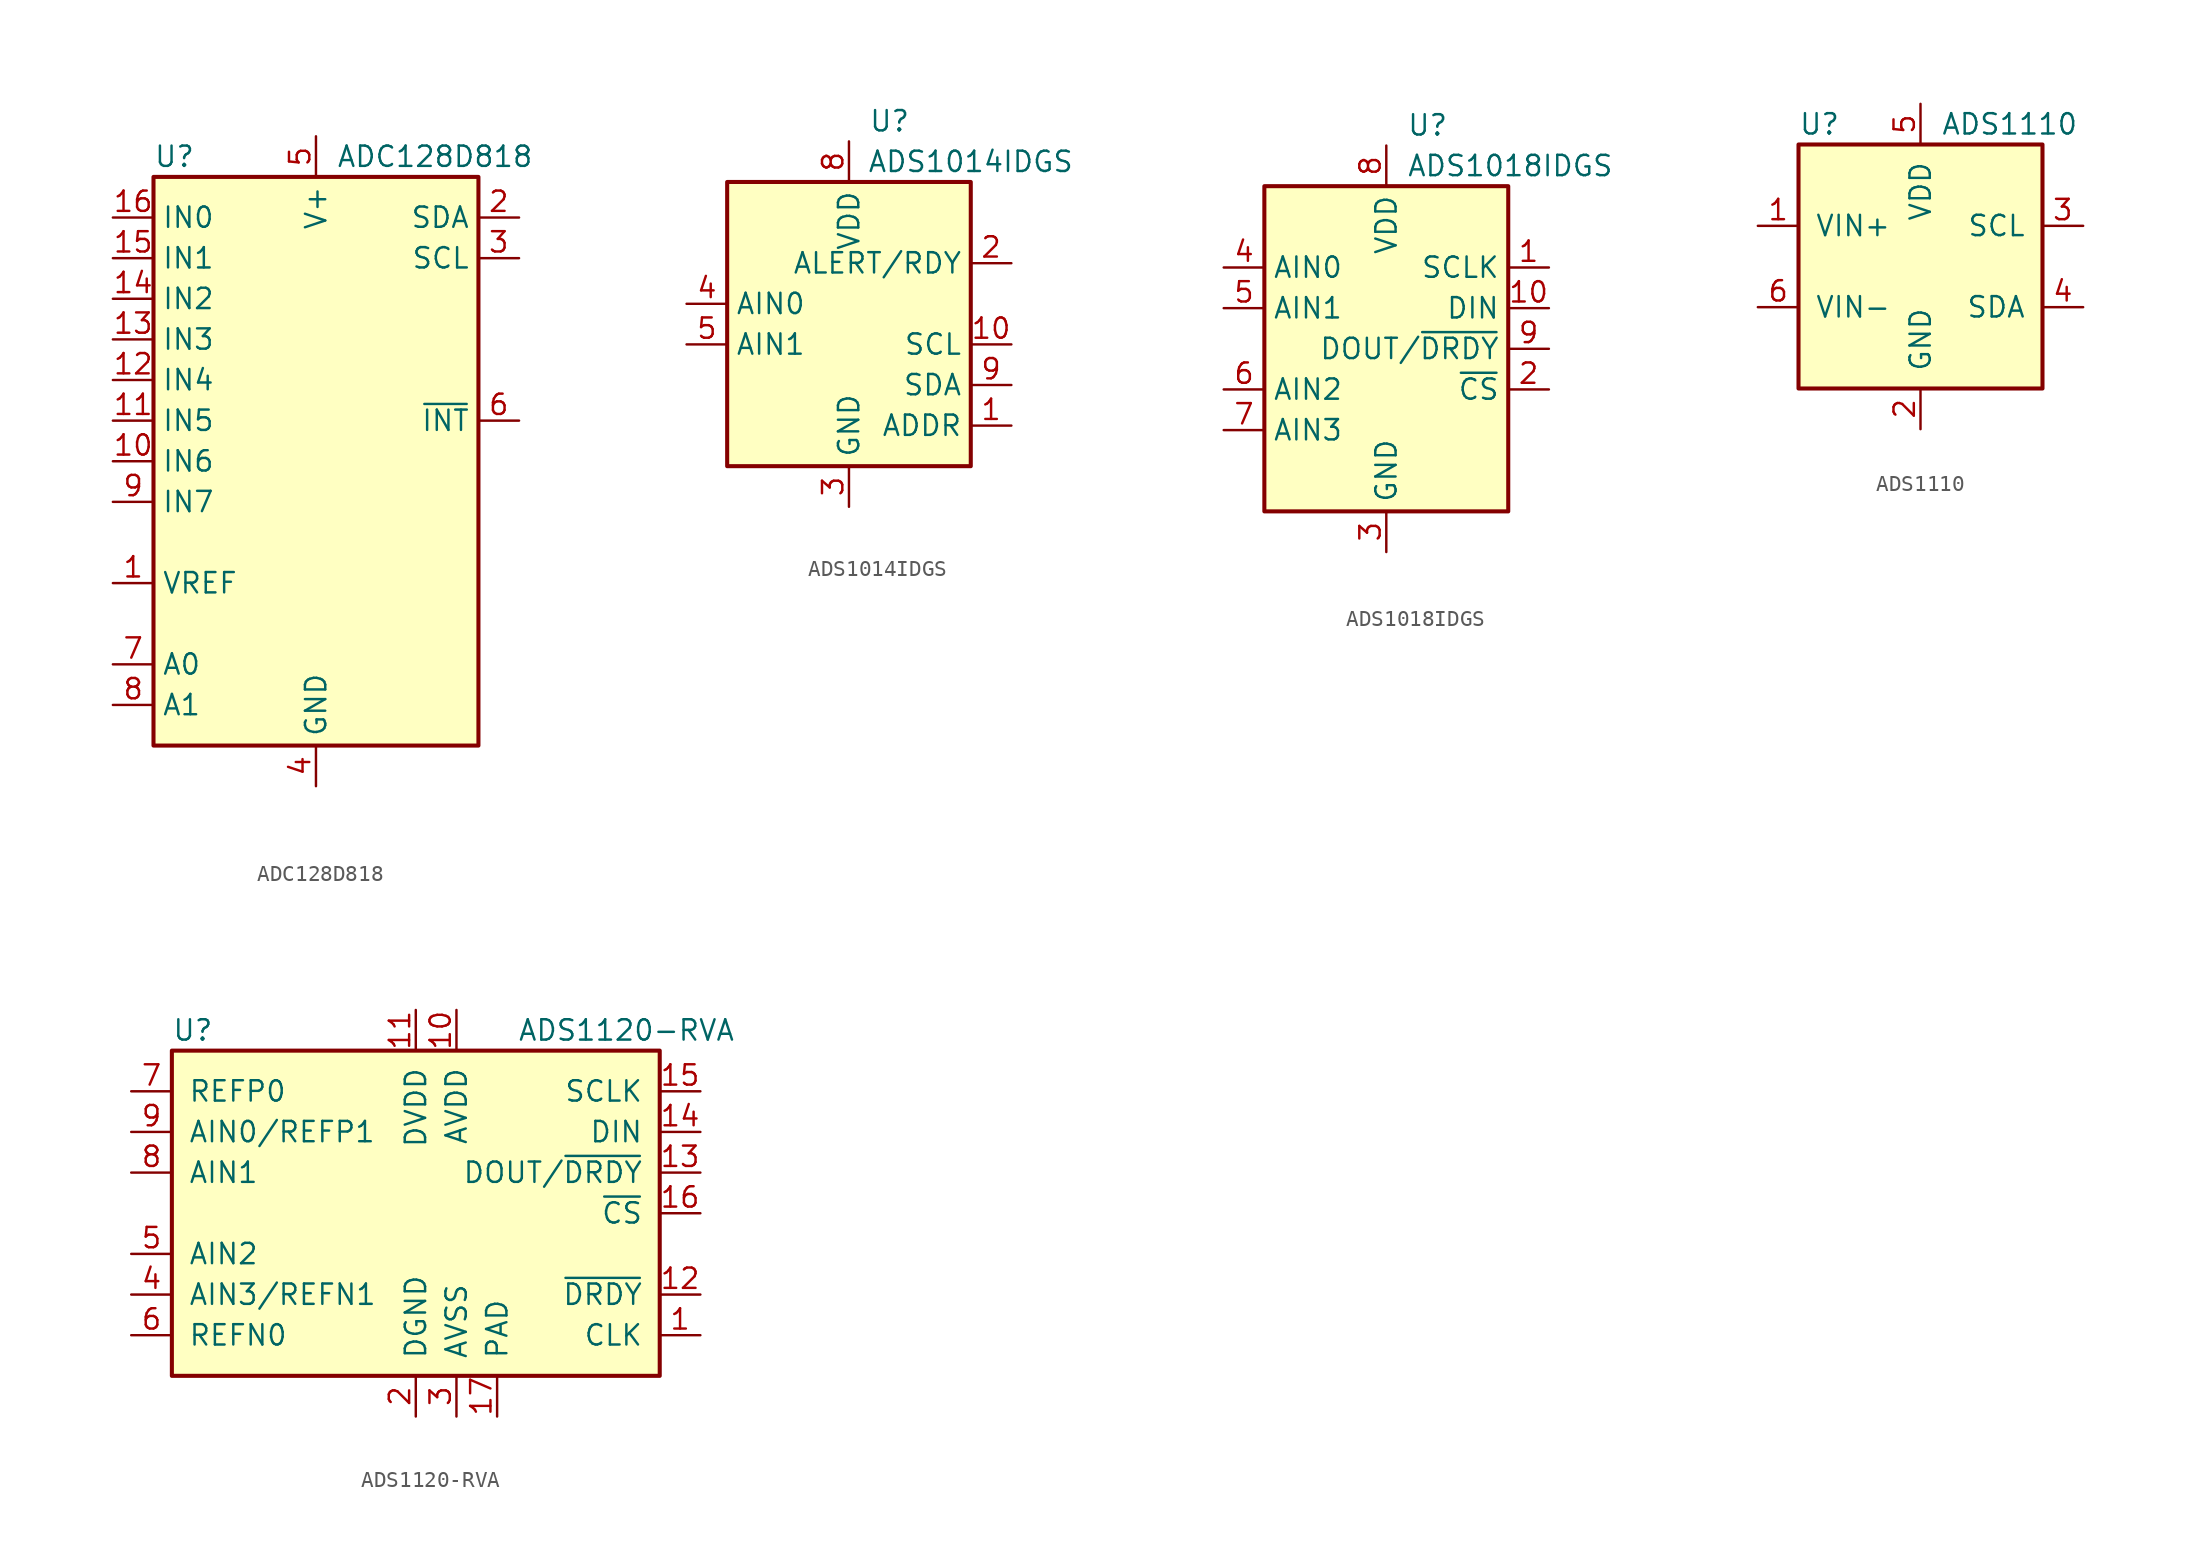
<source format=kicad_sym>
(kicad_symbol_lib
  (version 20211014)
  (generator kicad_symbol_editor)
  (symbol "ADC128D818"
    (property "Reference" "U"
      (at -10.16 19.05 0)
      (effects (font (size 1.27 1.27)) (justify left)))
    (property "Value" "ADC128D818"
      (at 1.27 19.05 0)
      (effects (font (size 1.27 1.27)) (justify left)))
    (symbol "ADC128D818_0_1"
      (rectangle (start -10.16 17.78) (end 10.16 -17.78) (stroke (width 0.254) (type default) (color 0 0 0 0)) (fill (type background))))
    (symbol "ADC128D818_1_1"
      (pin input line (at -12.7 -7.62 0) (length 2.54) (name "VREF" (effects (font (size 1.27 1.27)))) (number "1" (effects (font (size 1.27 1.27)))))
      (pin input line (at -12.7 0 0) (length 2.54) (name "IN6" (effects (font (size 1.27 1.27)))) (number "10" (effects (font (size 1.27 1.27)))))
      (pin input line (at -12.7 2.54 0) (length 2.54) (name "IN5" (effects (font (size 1.27 1.27)))) (number "11" (effects (font (size 1.27 1.27)))))
      (pin input line (at -12.7 5.08 0) (length 2.54) (name "IN4" (effects (font (size 1.27 1.27)))) (number "12" (effects (font (size 1.27 1.27)))))
      (pin input line (at -12.7 7.62 0) (length 2.54) (name "IN3" (effects (font (size 1.27 1.27)))) (number "13" (effects (font (size 1.27 1.27)))))
      (pin input line (at -12.7 10.16 0) (length 2.54) (name "IN2" (effects (font (size 1.27 1.27)))) (number "14" (effects (font (size 1.27 1.27)))))
      (pin input line (at -12.7 12.7 0) (length 2.54) (name "IN1" (effects (font (size 1.27 1.27)))) (number "15" (effects (font (size 1.27 1.27)))))
      (pin input line (at -12.7 15.24 0) (length 2.54) (name "IN0" (effects (font (size 1.27 1.27)))) (number "16" (effects (font (size 1.27 1.27)))))
      (pin bidirectional line (at 12.7 15.24 180) (length 2.54) (name "SDA" (effects (font (size 1.27 1.27)))) (number "2" (effects (font (size 1.27 1.27)))))
      (pin input line (at 12.7 12.7 180) (length 2.54) (name "SCL" (effects (font (size 1.27 1.27)))) (number "3" (effects (font (size 1.27 1.27)))))
      (pin power_in line (at 0 -20.32 90) (length 2.54) (name "GND" (effects (font (size 1.27 1.27)))) (number "4" (effects (font (size 1.27 1.27)))))
      (pin power_in line (at 0 20.32 270) (length 2.54) (name "V+" (effects (font (size 1.27 1.27)))) (number "5" (effects (font (size 1.27 1.27)))))
      (pin output line (at 12.7 2.54 180) (length 2.54) (name "~{INT}" (effects (font (size 1.27 1.27)))) (number "6" (effects (font (size 1.27 1.27)))))
      (pin input line (at -12.7 -12.7 0) (length 2.54) (name "A0" (effects (font (size 1.27 1.27)))) (number "7" (effects (font (size 1.27 1.27)))))
      (pin input line (at -12.7 -15.24 0) (length 2.54) (name "A1" (effects (font (size 1.27 1.27)))) (number "8" (effects (font (size 1.27 1.27)))))
      (pin input line (at -12.7 -2.54 0) (length 2.54) (name "IN7" (effects (font (size 1.27 1.27)))) (number "9" (effects (font (size 1.27 1.27)))))))
  (symbol "ADS1014IDGS"
    (property "Reference" "U"
      (at 2.54 13.97 0)
      (effects (font (size 1.27 1.27))))
    (property "Value" "ADS1014IDGS"
      (at 7.62 11.43 0)
      (effects (font (size 1.27 1.27))))
    (symbol "ADS1014IDGS_0_1"
      (rectangle (start -7.62 10.16) (end 7.62 -7.62) (stroke (width 0.254) (type default) (color 0 0 0 0)) (fill (type background))))
    (symbol "ADS1014IDGS_1_1"
      (pin input line (at 10.16 -5.08 180) (length 2.54) (name "ADDR" (effects (font (size 1.27 1.27)))) (number "1" (effects (font (size 1.27 1.27)))))
      (pin input line (at 10.16 0 180) (length 2.54) (name "SCL" (effects (font (size 1.27 1.27)))) (number "10" (effects (font (size 1.27 1.27)))))
      (pin output line (at 10.16 5.08 180) (length 2.54) (name "ALERT/RDY" (effects (font (size 1.27 1.27)))) (number "2" (effects (font (size 1.27 1.27)))))
      (pin power_in line (at 0 -10.16 90) (length 2.54) (name "GND" (effects (font (size 1.27 1.27)))) (number "3" (effects (font (size 1.27 1.27)))))
      (pin input line (at -10.16 2.54 0) (length 2.54) (name "AIN0" (effects (font (size 1.27 1.27)))) (number "4" (effects (font (size 1.27 1.27)))))
      (pin input line (at -10.16 0 0) (length 2.54) (name "AIN1" (effects (font (size 1.27 1.27)))) (number "5" (effects (font (size 1.27 1.27)))))
      (pin no_connect line (at -7.62 7.62 0) (length 2.54) hide (name "~" (effects (font (size 1.27 1.27)))) (number "6" (effects (font (size 1.27 1.27)))))
      (pin no_connect line (at -7.62 5.08 0) (length 2.54) hide (name "~" (effects (font (size 1.27 1.27)))) (number "7" (effects (font (size 1.27 1.27)))))
      (pin power_in line (at 0 12.7 270) (length 2.54) (name "VDD" (effects (font (size 1.27 1.27)))) (number "8" (effects (font (size 1.27 1.27)))))
      (pin bidirectional line (at 10.16 -2.54 180) (length 2.54) (name "SDA" (effects (font (size 1.27 1.27)))) (number "9" (effects (font (size 1.27 1.27)))))))
  (symbol "ADS1018IDGS"
    (property "Reference" "U"
      (at 1.27 13.97 0)
      (effects (font (size 1.27 1.27)) (justify left)))
    (property "Value" "ADS1018IDGS"
      (at 1.27 11.43 0)
      (effects (font (size 1.27 1.27)) (justify left)))
    (symbol "ADS1018IDGS_0_1"
      (rectangle (start 7.62 10.16) (end -7.62 -10.16) (stroke (width 0.254) (type default) (color 0 0 0 0)) (fill (type background))))
    (symbol "ADS1018IDGS_1_1"
      (pin input line (at 10.16 5.08 180) (length 2.54) (name "SCLK" (effects (font (size 1.27 1.27)))) (number "1" (effects (font (size 1.27 1.27)))))
      (pin input line (at 10.16 2.54 180) (length 2.54) (name "DIN" (effects (font (size 1.27 1.27)))) (number "10" (effects (font (size 1.27 1.27)))))
      (pin input line (at 10.16 -2.54 180) (length 2.54) (name "~{CS}" (effects (font (size 1.27 1.27)))) (number "2" (effects (font (size 1.27 1.27)))))
      (pin power_in line (at 0 -12.7 90) (length 2.54) (name "GND" (effects (font (size 1.27 1.27)))) (number "3" (effects (font (size 1.27 1.27)))))
      (pin input line (at -10.16 5.08 0) (length 2.54) (name "AIN0" (effects (font (size 1.27 1.27)))) (number "4" (effects (font (size 1.27 1.27)))))
      (pin input line (at -10.16 2.54 0) (length 2.54) (name "AIN1" (effects (font (size 1.27 1.27)))) (number "5" (effects (font (size 1.27 1.27)))))
      (pin input line (at -10.16 -2.54 0) (length 2.54) (name "AIN2" (effects (font (size 1.27 1.27)))) (number "6" (effects (font (size 1.27 1.27)))))
      (pin input line (at -10.16 -5.08 0) (length 2.54) (name "AIN3" (effects (font (size 1.27 1.27)))) (number "7" (effects (font (size 1.27 1.27)))))
      (pin power_in line (at 0 12.7 270) (length 2.54) (name "VDD" (effects (font (size 1.27 1.27)))) (number "8" (effects (font (size 1.27 1.27)))))
      (pin output line (at 10.16 0 180) (length 2.54) (name "DOUT/~{DRDY}" (effects (font (size 1.27 1.27)))) (number "9" (effects (font (size 1.27 1.27)))))))
  (symbol "ADS1110"
    (pin_names
      (offset 1.016))
    (property "Reference" "U"
      (at -7.62 8.89 0)
      (effects (font (size 1.27 1.27)) (justify left)))
    (property "Value" "ADS1110"
      (at 1.27 8.89 0)
      (effects (font (size 1.27 1.27)) (justify left)))
    (symbol "ADS1110_0_1"
      (rectangle (start -7.62 7.62) (end 7.62 -7.62) (stroke (width 0.254) (type default) (color 0 0 0 0)) (fill (type background))))
    (symbol "ADS1110_1_1"
      (pin input line (at -10.16 2.54 0) (length 2.54) (name "VIN+" (effects (font (size 1.27 1.27)))) (number "1" (effects (font (size 1.27 1.27)))))
      (pin power_in line (at 0 -10.16 90) (length 2.54) (name "GND" (effects (font (size 1.27 1.27)))) (number "2" (effects (font (size 1.27 1.27)))))
      (pin input line (at 10.16 2.54 180) (length 2.54) (name "SCL" (effects (font (size 1.27 1.27)))) (number "3" (effects (font (size 1.27 1.27)))))
      (pin bidirectional line (at 10.16 -2.54 180) (length 2.54) (name "SDA" (effects (font (size 1.27 1.27)))) (number "4" (effects (font (size 1.27 1.27)))))
      (pin power_in line (at 0 10.16 270) (length 2.54) (name "VDD" (effects (font (size 1.27 1.27)))) (number "5" (effects (font (size 1.27 1.27)))))
      (pin input line (at -10.16 -2.54 0) (length 2.54) (name "VIN-" (effects (font (size 1.27 1.27)))) (number "6" (effects (font (size 1.27 1.27)))))))
  (symbol "ADS1120-RVA"
    (pin_names
      (offset 1.016))
    (property "Reference" "U"
      (at -15.24 11.43 0)
      (effects (font (size 1.27 1.27)) (justify left)))
    (property "Value" "ADS1120-RVA"
      (at 6.35 11.43 0)
      (effects (font (size 1.27 1.27)) (justify left)))
    (symbol "ADS1120-RVA_0_1"
      (rectangle (start -15.24 10.16) (end 15.24 -10.16) (stroke (width 0.254) (type default) (color 0 0 0 0)) (fill (type background))))
    (symbol "ADS1120-RVA_1_1"
      (pin input line (at 17.78 -7.62 180) (length 2.54) (name "CLK" (effects (font (size 1.27 1.27)))) (number "1" (effects (font (size 1.27 1.27)))))
      (pin power_in line (at 2.54 12.7 270) (length 2.54) (name "AVDD" (effects (font (size 1.27 1.27)))) (number "10" (effects (font (size 1.27 1.27)))))
      (pin power_in line (at 0 12.7 270) (length 2.54) (name "DVDD" (effects (font (size 1.27 1.27)))) (number "11" (effects (font (size 1.27 1.27)))))
      (pin output line (at 17.78 -5.08 180) (length 2.54) (name "~{DRDY}" (effects (font (size 1.27 1.27)))) (number "12" (effects (font (size 1.27 1.27)))))
      (pin output line (at 17.78 2.54 180) (length 2.54) (name "DOUT/~{DRDY}" (effects (font (size 1.27 1.27)))) (number "13" (effects (font (size 1.27 1.27)))))
      (pin input line (at 17.78 5.08 180) (length 2.54) (name "DIN" (effects (font (size 1.27 1.27)))) (number "14" (effects (font (size 1.27 1.27)))))
      (pin input line (at 17.78 7.62 180) (length 2.54) (name "SCLK" (effects (font (size 1.27 1.27)))) (number "15" (effects (font (size 1.27 1.27)))))
      (pin input line (at 17.78 0 180) (length 2.54) (name "~{CS}" (effects (font (size 1.27 1.27)))) (number "16" (effects (font (size 1.27 1.27)))))
      (pin passive line (at 5.08 -12.7 90) (length 2.54) (name "PAD" (effects (font (size 1.27 1.27)))) (number "17" (effects (font (size 1.27 1.27)))))
      (pin power_in line (at 0 -12.7 90) (length 2.54) (name "DGND" (effects (font (size 1.27 1.27)))) (number "2" (effects (font (size 1.27 1.27)))))
      (pin power_in line (at 2.54 -12.7 90) (length 2.54) (name "AVSS" (effects (font (size 1.27 1.27)))) (number "3" (effects (font (size 1.27 1.27)))))
      (pin input line (at -17.78 -5.08 0) (length 2.54) (name "AIN3/REFN1" (effects (font (size 1.27 1.27)))) (number "4" (effects (font (size 1.27 1.27)))))
      (pin input line (at -17.78 -2.54 0) (length 2.54) (name "AIN2" (effects (font (size 1.27 1.27)))) (number "5" (effects (font (size 1.27 1.27)))))
      (pin input line (at -17.78 -7.62 0) (length 2.54) (name "REFN0" (effects (font (size 1.27 1.27)))) (number "6" (effects (font (size 1.27 1.27)))))
      (pin input line (at -17.78 7.62 0) (length 2.54) (name "REFP0" (effects (font (size 1.27 1.27)))) (number "7" (effects (font (size 1.27 1.27)))))
      (pin input line (at -17.78 2.54 0) (length 2.54) (name "AIN1" (effects (font (size 1.27 1.27)))) (number "8" (effects (font (size 1.27 1.27)))))
      (pin input line (at -17.78 5.08 0) (length 2.54) (name "AIN0/REFP1" (effects (font (size 1.27 1.27)))) (number "9" (effects (font (size 1.27 1.27))))))))
</source>
